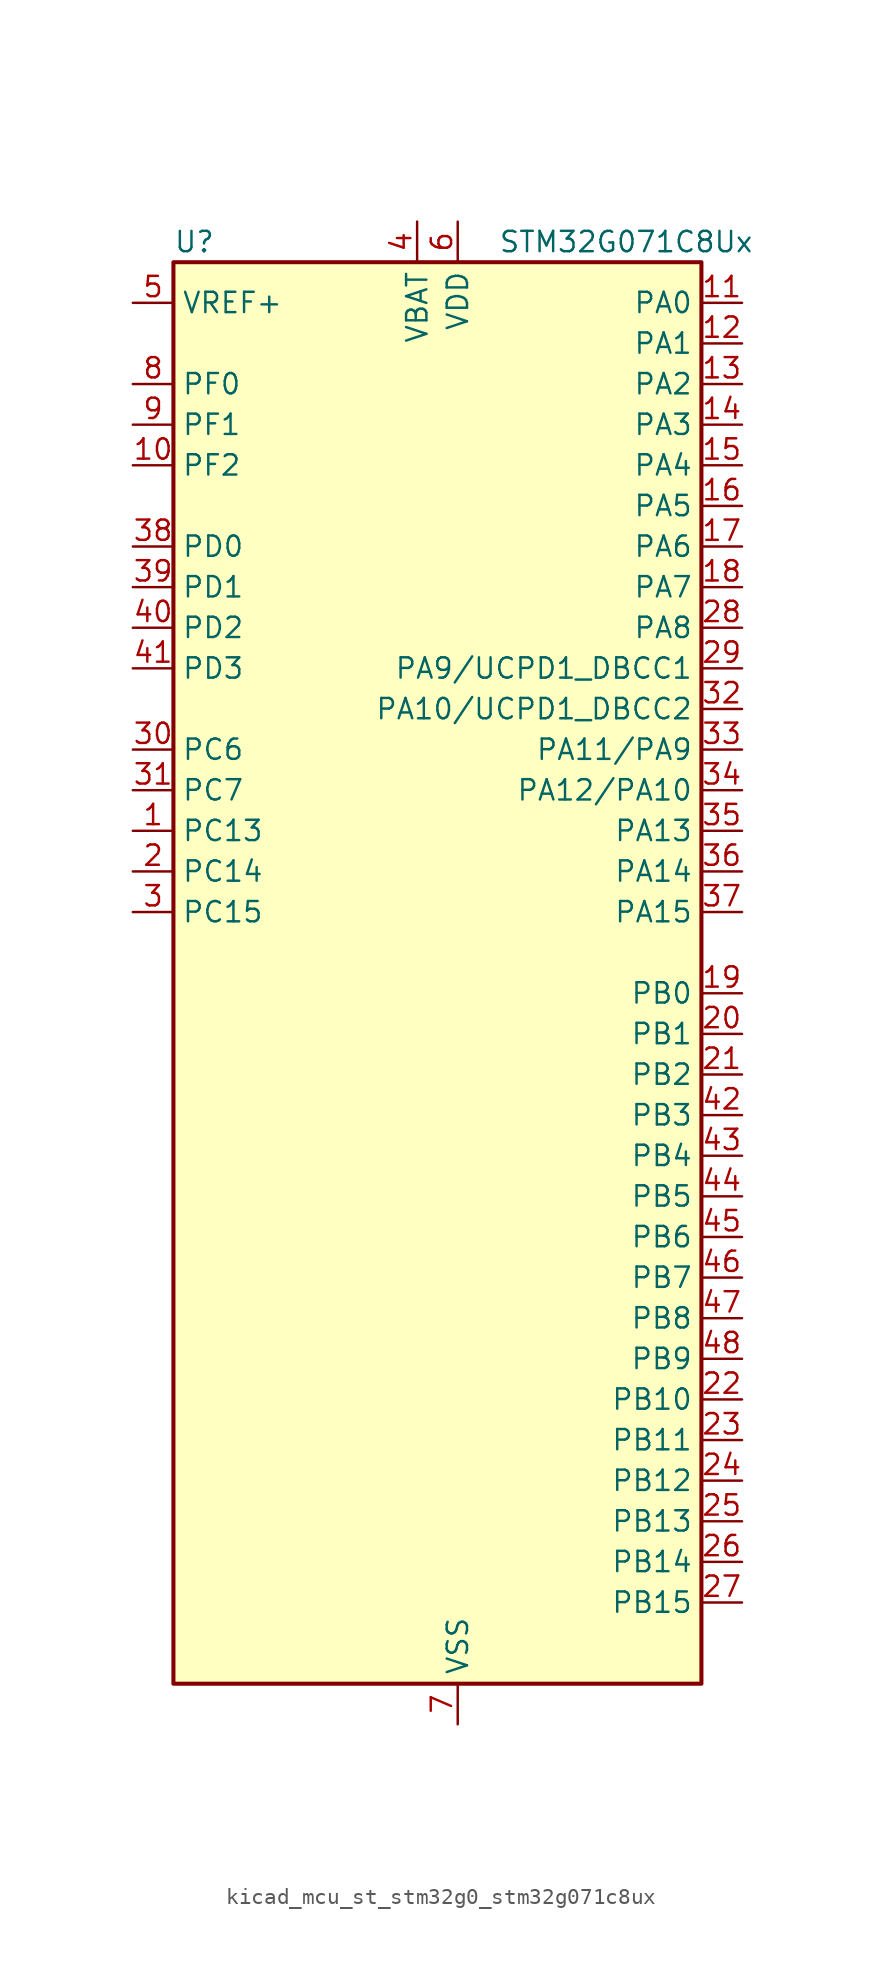
<source format=kicad_sym>
(kicad_symbol_lib
  (version 20220914)
  (generator kicad_symbol_editor)
  (symbol "kicad_mcu_st_stm32g0_stm32g071c8ux"
    (property "Reference" "U"
      (at -15.24 46.99 0)
      (effects (font (size 1.27 1.27)) (justify left)))
    (property "Value" "STM32G071C8Ux"
      (at 5.08 46.99 0)
      (effects (font (size 1.27 1.27)) (justify left)))
    (property "ki_locked" ""
      (at 0 0 0)
      (effects (font (size 1.27 1.27))))
    (symbol "kicad_mcu_st_stm32g0_stm32g071c8ux_0_1"
      (rectangle (start -15.24 -43.18) (end 17.78 45.72) (stroke (width 0.254) (type default)) (fill (type background))))
    (symbol "kicad_mcu_st_stm32g0_stm32g071c8ux_1_1"
      (pin bidirectional line (at -17.78 10.16 0) (length 2.54) (name "PC13" (effects (font (size 1.27 1.27)))) (number "1" (effects (font (size 1.27 1.27)))) (alternate "RTC_OUT_ALARM" bidirectional line) (alternate "RTC_OUT_CALIB" bidirectional line) (alternate "RTC_TAMP_IN1" bidirectional line) (alternate "RTC_TS" bidirectional line) (alternate "SYS_WKUP2" bidirectional line) (alternate "TIM1_BK" bidirectional line))
      (pin bidirectional line (at -17.78 33.02 0) (length 2.54) (name "PF2" (effects (font (size 1.27 1.27)))) (number "10" (effects (font (size 1.27 1.27)))) (alternate "RCC_MCO" bidirectional line))
      (pin bidirectional line (at 20.32 43.18 180) (length 2.54) (name "PA0" (effects (font (size 1.27 1.27)))) (number "11" (effects (font (size 1.27 1.27)))) (alternate "ADC1_IN0" bidirectional line) (alternate "COMP1_INM" bidirectional line) (alternate "COMP1_OUT" bidirectional line) (alternate "LPTIM1_OUT" bidirectional line) (alternate "RTC_TAMP_IN2" bidirectional line) (alternate "SPI2_SCK" bidirectional line) (alternate "SYS_WKUP1" bidirectional line) (alternate "TIM2_CH1" bidirectional line) (alternate "TIM2_ETR" bidirectional line) (alternate "UCPD2_FRSTX1" bidirectional line) (alternate "UCPD2_FRSTX2" bidirectional line) (alternate "USART2_CTS" bidirectional line) (alternate "USART2_NSS" bidirectional line) (alternate "USART4_TX" bidirectional line))
      (pin bidirectional line (at 20.32 40.64 180) (length 2.54) (name "PA1" (effects (font (size 1.27 1.27)))) (number "12" (effects (font (size 1.27 1.27)))) (alternate "ADC1_IN1" bidirectional line) (alternate "COMP1_INP" bidirectional line) (alternate "I2C1_SMBA" bidirectional line) (alternate "I2S1_CK" bidirectional line) (alternate "SPI1_SCK" bidirectional line) (alternate "TIM15_CH1N" bidirectional line) (alternate "TIM2_CH2" bidirectional line) (alternate "USART2_CK" bidirectional line) (alternate "USART2_DE" bidirectional line) (alternate "USART2_RTS" bidirectional line) (alternate "USART4_RX" bidirectional line))
      (pin bidirectional line (at 20.32 38.1 180) (length 2.54) (name "PA2" (effects (font (size 1.27 1.27)))) (number "13" (effects (font (size 1.27 1.27)))) (alternate "ADC1_IN2" bidirectional line) (alternate "COMP2_INM" bidirectional line) (alternate "COMP2_OUT" bidirectional line) (alternate "I2S1_SD" bidirectional line) (alternate "LPUART1_TX" bidirectional line) (alternate "RCC_LSCO" bidirectional line) (alternate "SPI1_MOSI" bidirectional line) (alternate "SYS_WKUP4" bidirectional line) (alternate "TIM15_CH1" bidirectional line) (alternate "TIM2_CH3" bidirectional line) (alternate "UCPD1_FRSTX1" bidirectional line) (alternate "UCPD1_FRSTX2" bidirectional line) (alternate "USART2_TX" bidirectional line))
      (pin bidirectional line (at 20.32 35.56 180) (length 2.54) (name "PA3" (effects (font (size 1.27 1.27)))) (number "14" (effects (font (size 1.27 1.27)))) (alternate "ADC1_IN3" bidirectional line) (alternate "COMP2_INP" bidirectional line) (alternate "LPUART1_RX" bidirectional line) (alternate "SPI2_MISO" bidirectional line) (alternate "TIM15_CH2" bidirectional line) (alternate "TIM2_CH4" bidirectional line) (alternate "UCPD2_FRSTX1" bidirectional line) (alternate "UCPD2_FRSTX2" bidirectional line) (alternate "USART2_RX" bidirectional line))
      (pin bidirectional line (at 20.32 33.02 180) (length 2.54) (name "PA4" (effects (font (size 1.27 1.27)))) (number "15" (effects (font (size 1.27 1.27)))) (alternate "ADC1_IN4" bidirectional line) (alternate "DAC1_OUT1" bidirectional line) (alternate "I2S1_WS" bidirectional line) (alternate "LPTIM2_OUT" bidirectional line) (alternate "RTC_OUT_ALARM" bidirectional line) (alternate "RTC_OUT_CALIB" bidirectional line) (alternate "SPI1_NSS" bidirectional line) (alternate "SPI2_MOSI" bidirectional line) (alternate "TIM14_CH1" bidirectional line) (alternate "UCPD2_FRSTX1" bidirectional line) (alternate "UCPD2_FRSTX2" bidirectional line))
      (pin bidirectional line (at 20.32 30.48 180) (length 2.54) (name "PA5" (effects (font (size 1.27 1.27)))) (number "16" (effects (font (size 1.27 1.27)))) (alternate "ADC1_IN5" bidirectional line) (alternate "CEC" bidirectional line) (alternate "DAC1_OUT2" bidirectional line) (alternate "I2S1_CK" bidirectional line) (alternate "LPTIM2_ETR" bidirectional line) (alternate "SPI1_SCK" bidirectional line) (alternate "TIM2_CH1" bidirectional line) (alternate "TIM2_ETR" bidirectional line) (alternate "UCPD1_FRSTX1" bidirectional line) (alternate "UCPD1_FRSTX2" bidirectional line) (alternate "USART3_TX" bidirectional line))
      (pin bidirectional line (at 20.32 27.94 180) (length 2.54) (name "PA6" (effects (font (size 1.27 1.27)))) (number "17" (effects (font (size 1.27 1.27)))) (alternate "ADC1_IN6" bidirectional line) (alternate "COMP1_OUT" bidirectional line) (alternate "I2S1_MCK" bidirectional line) (alternate "LPUART1_CTS" bidirectional line) (alternate "SPI1_MISO" bidirectional line) (alternate "TIM16_CH1" bidirectional line) (alternate "TIM1_BK" bidirectional line) (alternate "TIM3_CH1" bidirectional line) (alternate "USART3_CTS" bidirectional line) (alternate "USART3_NSS" bidirectional line))
      (pin bidirectional line (at 20.32 25.4 180) (length 2.54) (name "PA7" (effects (font (size 1.27 1.27)))) (number "18" (effects (font (size 1.27 1.27)))) (alternate "ADC1_IN7" bidirectional line) (alternate "COMP2_OUT" bidirectional line) (alternate "I2S1_SD" bidirectional line) (alternate "SPI1_MOSI" bidirectional line) (alternate "TIM14_CH1" bidirectional line) (alternate "TIM17_CH1" bidirectional line) (alternate "TIM1_CH1N" bidirectional line) (alternate "TIM3_CH2" bidirectional line) (alternate "UCPD1_FRSTX1" bidirectional line) (alternate "UCPD1_FRSTX2" bidirectional line))
      (pin bidirectional line (at 20.32 0 180) (length 2.54) (name "PB0" (effects (font (size 1.27 1.27)))) (number "19" (effects (font (size 1.27 1.27)))) (alternate "ADC1_IN8" bidirectional line) (alternate "COMP1_OUT" bidirectional line) (alternate "I2S1_WS" bidirectional line) (alternate "LPTIM1_OUT" bidirectional line) (alternate "SPI1_NSS" bidirectional line) (alternate "TIM1_CH2N" bidirectional line) (alternate "TIM3_CH3" bidirectional line) (alternate "UCPD1_FRSTX1" bidirectional line) (alternate "UCPD1_FRSTX2" bidirectional line) (alternate "USART3_RX" bidirectional line))
      (pin bidirectional line (at -17.78 7.62 0) (length 2.54) (name "PC14" (effects (font (size 1.27 1.27)))) (number "2" (effects (font (size 1.27 1.27)))) (alternate "RCC_OSC32_IN" bidirectional line) (alternate "TIM1_BK2" bidirectional line))
      (pin bidirectional line (at 20.32 -2.54 180) (length 2.54) (name "PB1" (effects (font (size 1.27 1.27)))) (number "20" (effects (font (size 1.27 1.27)))) (alternate "ADC1_IN9" bidirectional line) (alternate "COMP1_INM" bidirectional line) (alternate "LPTIM2_IN1" bidirectional line) (alternate "LPUART1_DE" bidirectional line) (alternate "LPUART1_RTS" bidirectional line) (alternate "TIM14_CH1" bidirectional line) (alternate "TIM1_CH3N" bidirectional line) (alternate "TIM3_CH4" bidirectional line) (alternate "USART3_CK" bidirectional line) (alternate "USART3_DE" bidirectional line) (alternate "USART3_RTS" bidirectional line))
      (pin bidirectional line (at 20.32 -5.08 180) (length 2.54) (name "PB2" (effects (font (size 1.27 1.27)))) (number "21" (effects (font (size 1.27 1.27)))) (alternate "ADC1_IN10" bidirectional line) (alternate "COMP1_INP" bidirectional line) (alternate "LPTIM1_OUT" bidirectional line) (alternate "SPI2_MISO" bidirectional line) (alternate "USART3_TX" bidirectional line))
      (pin bidirectional line (at 20.32 -25.4 180) (length 2.54) (name "PB10" (effects (font (size 1.27 1.27)))) (number "22" (effects (font (size 1.27 1.27)))) (alternate "ADC1_IN11" bidirectional line) (alternate "CEC" bidirectional line) (alternate "COMP1_OUT" bidirectional line) (alternate "I2C2_SCL" bidirectional line) (alternate "LPUART1_RX" bidirectional line) (alternate "SPI2_SCK" bidirectional line) (alternate "TIM2_CH3" bidirectional line) (alternate "USART3_TX" bidirectional line))
      (pin bidirectional line (at 20.32 -27.94 180) (length 2.54) (name "PB11" (effects (font (size 1.27 1.27)))) (number "23" (effects (font (size 1.27 1.27)))) (alternate "ADC1_EXTI11" bidirectional line) (alternate "ADC1_IN15" bidirectional line) (alternate "COMP2_OUT" bidirectional line) (alternate "I2C2_SDA" bidirectional line) (alternate "LPUART1_TX" bidirectional line) (alternate "SPI2_MOSI" bidirectional line) (alternate "TIM2_CH4" bidirectional line) (alternate "USART3_RX" bidirectional line))
      (pin bidirectional line (at 20.32 -30.48 180) (length 2.54) (name "PB12" (effects (font (size 1.27 1.27)))) (number "24" (effects (font (size 1.27 1.27)))) (alternate "ADC1_IN16" bidirectional line) (alternate "LPUART1_DE" bidirectional line) (alternate "LPUART1_RTS" bidirectional line) (alternate "SPI2_NSS" bidirectional line) (alternate "TIM15_BK" bidirectional line) (alternate "TIM1_BK" bidirectional line) (alternate "UCPD2_FRSTX1" bidirectional line) (alternate "UCPD2_FRSTX2" bidirectional line))
      (pin bidirectional line (at 20.32 -33.02 180) (length 2.54) (name "PB13" (effects (font (size 1.27 1.27)))) (number "25" (effects (font (size 1.27 1.27)))) (alternate "I2C2_SCL" bidirectional line) (alternate "LPUART1_CTS" bidirectional line) (alternate "SPI2_SCK" bidirectional line) (alternate "TIM15_CH1N" bidirectional line) (alternate "TIM1_CH1N" bidirectional line) (alternate "USART3_CTS" bidirectional line) (alternate "USART3_NSS" bidirectional line))
      (pin bidirectional line (at 20.32 -35.56 180) (length 2.54) (name "PB14" (effects (font (size 1.27 1.27)))) (number "26" (effects (font (size 1.27 1.27)))) (alternate "I2C2_SDA" bidirectional line) (alternate "SPI2_MISO" bidirectional line) (alternate "TIM15_CH1" bidirectional line) (alternate "TIM1_CH2N" bidirectional line) (alternate "UCPD1_FRSTX1" bidirectional line) (alternate "UCPD1_FRSTX2" bidirectional line) (alternate "USART3_CK" bidirectional line) (alternate "USART3_DE" bidirectional line) (alternate "USART3_RTS" bidirectional line))
      (pin bidirectional line (at 20.32 -38.1 180) (length 2.54) (name "PB15" (effects (font (size 1.27 1.27)))) (number "27" (effects (font (size 1.27 1.27)))) (alternate "RTC_REFIN" bidirectional line) (alternate "SPI2_MOSI" bidirectional line) (alternate "TIM15_CH1N" bidirectional line) (alternate "TIM15_CH2" bidirectional line) (alternate "TIM1_CH3N" bidirectional line) (alternate "UCPD1_CC2" bidirectional line))
      (pin bidirectional line (at 20.32 22.86 180) (length 2.54) (name "PA8" (effects (font (size 1.27 1.27)))) (number "28" (effects (font (size 1.27 1.27)))) (alternate "LPTIM2_OUT" bidirectional line) (alternate "RCC_MCO" bidirectional line) (alternate "SPI2_NSS" bidirectional line) (alternate "TIM1_CH1" bidirectional line) (alternate "UCPD1_CC1" bidirectional line))
      (pin bidirectional line (at 20.32 20.32 180) (length 2.54) (name "PA9/UCPD1_DBCC1" (effects (font (size 1.27 1.27)))) (number "29" (effects (font (size 1.27 1.27)))) (alternate "DAC1_EXTI9" bidirectional line) (alternate "I2C1_SCL" bidirectional line) (alternate "RCC_MCO" bidirectional line) (alternate "SPI2_MISO" bidirectional line) (alternate "TIM15_BK" bidirectional line) (alternate "TIM1_CH2" bidirectional line) (alternate "UCPD1_DBCC1" bidirectional line) (alternate "USART1_TX" bidirectional line))
      (pin bidirectional line (at -17.78 5.08 0) (length 2.54) (name "PC15" (effects (font (size 1.27 1.27)))) (number "3" (effects (font (size 1.27 1.27)))) (alternate "RCC_OSC32_EN" bidirectional line) (alternate "RCC_OSC32_OUT" bidirectional line) (alternate "RCC_OSC_EN" bidirectional line) (alternate "TIM15_BK" bidirectional line))
      (pin bidirectional line (at -17.78 15.24 0) (length 2.54) (name "PC6" (effects (font (size 1.27 1.27)))) (number "30" (effects (font (size 1.27 1.27)))) (alternate "TIM2_CH3" bidirectional line) (alternate "TIM3_CH1" bidirectional line) (alternate "UCPD1_FRSTX1" bidirectional line) (alternate "UCPD1_FRSTX2" bidirectional line))
      (pin bidirectional line (at -17.78 12.7 0) (length 2.54) (name "PC7" (effects (font (size 1.27 1.27)))) (number "31" (effects (font (size 1.27 1.27)))) (alternate "TIM2_CH4" bidirectional line) (alternate "TIM3_CH2" bidirectional line) (alternate "UCPD2_FRSTX1" bidirectional line) (alternate "UCPD2_FRSTX2" bidirectional line))
      (pin bidirectional line (at 20.32 17.78 180) (length 2.54) (name "PA10/UCPD1_DBCC2" (effects (font (size 1.27 1.27)))) (number "32" (effects (font (size 1.27 1.27)))) (alternate "I2C1_SDA" bidirectional line) (alternate "SPI2_MOSI" bidirectional line) (alternate "TIM17_BK" bidirectional line) (alternate "TIM1_CH3" bidirectional line) (alternate "UCPD1_DBCC2" bidirectional line) (alternate "USART1_RX" bidirectional line))
      (pin bidirectional line (at 20.32 15.24 180) (length 2.54) (name "PA11/PA9" (effects (font (size 1.27 1.27)))) (number "33" (effects (font (size 1.27 1.27)))) (alternate "ADC1_EXTI11" bidirectional line) (alternate "COMP1_OUT" bidirectional line) (alternate "I2C2_SCL" bidirectional line) (alternate "I2S1_MCK" bidirectional line) (alternate "SPI1_MISO" bidirectional line) (alternate "TIM1_BK2" bidirectional line) (alternate "TIM1_CH4" bidirectional line) (alternate "USART1_CTS" bidirectional line) (alternate "USART1_NSS" bidirectional line))
      (pin bidirectional line (at 20.32 12.7 180) (length 2.54) (name "PA12/PA10" (effects (font (size 1.27 1.27)))) (number "34" (effects (font (size 1.27 1.27)))) (alternate "COMP2_OUT" bidirectional line) (alternate "I2C2_SDA" bidirectional line) (alternate "I2S1_SD" bidirectional line) (alternate "I2S_CKIN" bidirectional line) (alternate "SPI1_MOSI" bidirectional line) (alternate "TIM1_ETR" bidirectional line) (alternate "USART1_CK" bidirectional line) (alternate "USART1_DE" bidirectional line) (alternate "USART1_RTS" bidirectional line))
      (pin bidirectional line (at 20.32 10.16 180) (length 2.54) (name "PA13" (effects (font (size 1.27 1.27)))) (number "35" (effects (font (size 1.27 1.27)))) (alternate "IR_OUT" bidirectional line) (alternate "SYS_SWDIO" bidirectional line))
      (pin bidirectional line (at 20.32 7.62 180) (length 2.54) (name "PA14" (effects (font (size 1.27 1.27)))) (number "36" (effects (font (size 1.27 1.27)))) (alternate "SYS_SWCLK" bidirectional line) (alternate "USART2_TX" bidirectional line))
      (pin bidirectional line (at 20.32 5.08 180) (length 2.54) (name "PA15" (effects (font (size 1.27 1.27)))) (number "37" (effects (font (size 1.27 1.27)))) (alternate "I2S1_WS" bidirectional line) (alternate "SPI1_NSS" bidirectional line) (alternate "TIM2_CH1" bidirectional line) (alternate "TIM2_ETR" bidirectional line) (alternate "USART2_RX" bidirectional line) (alternate "USART3_CK" bidirectional line) (alternate "USART3_DE" bidirectional line) (alternate "USART3_RTS" bidirectional line) (alternate "USART4_CK" bidirectional line) (alternate "USART4_DE" bidirectional line) (alternate "USART4_RTS" bidirectional line))
      (pin bidirectional line (at -17.78 27.94 0) (length 2.54) (name "PD0" (effects (font (size 1.27 1.27)))) (number "38" (effects (font (size 1.27 1.27)))) (alternate "SPI2_NSS" bidirectional line) (alternate "TIM16_CH1" bidirectional line) (alternate "UCPD2_CC1" bidirectional line))
      (pin bidirectional line (at -17.78 25.4 0) (length 2.54) (name "PD1" (effects (font (size 1.27 1.27)))) (number "39" (effects (font (size 1.27 1.27)))) (alternate "SPI2_SCK" bidirectional line) (alternate "TIM17_CH1" bidirectional line) (alternate "UCPD2_DBCC1" bidirectional line))
      (pin power_in line (at 0 48.26 270) (length 2.54) (name "VBAT" (effects (font (size 1.27 1.27)))) (number "4" (effects (font (size 1.27 1.27)))))
      (pin bidirectional line (at -17.78 22.86 0) (length 2.54) (name "PD2" (effects (font (size 1.27 1.27)))) (number "40" (effects (font (size 1.27 1.27)))) (alternate "TIM1_CH1N" bidirectional line) (alternate "TIM3_ETR" bidirectional line) (alternate "UCPD2_CC2" bidirectional line) (alternate "USART3_CK" bidirectional line) (alternate "USART3_DE" bidirectional line) (alternate "USART3_RTS" bidirectional line))
      (pin bidirectional line (at -17.78 20.32 0) (length 2.54) (name "PD3" (effects (font (size 1.27 1.27)))) (number "41" (effects (font (size 1.27 1.27)))) (alternate "SPI2_MISO" bidirectional line) (alternate "TIM1_CH2N" bidirectional line) (alternate "UCPD2_DBCC2" bidirectional line) (alternate "USART2_CTS" bidirectional line) (alternate "USART2_NSS" bidirectional line))
      (pin bidirectional line (at 20.32 -7.62 180) (length 2.54) (name "PB3" (effects (font (size 1.27 1.27)))) (number "42" (effects (font (size 1.27 1.27)))) (alternate "COMP2_INM" bidirectional line) (alternate "I2S1_CK" bidirectional line) (alternate "SPI1_SCK" bidirectional line) (alternate "TIM1_CH2" bidirectional line) (alternate "TIM2_CH2" bidirectional line) (alternate "USART1_CK" bidirectional line) (alternate "USART1_DE" bidirectional line) (alternate "USART1_RTS" bidirectional line))
      (pin bidirectional line (at 20.32 -10.16 180) (length 2.54) (name "PB4" (effects (font (size 1.27 1.27)))) (number "43" (effects (font (size 1.27 1.27)))) (alternate "COMP2_INP" bidirectional line) (alternate "I2S1_MCK" bidirectional line) (alternate "SPI1_MISO" bidirectional line) (alternate "TIM17_BK" bidirectional line) (alternate "TIM3_CH1" bidirectional line) (alternate "USART1_CTS" bidirectional line) (alternate "USART1_NSS" bidirectional line))
      (pin bidirectional line (at 20.32 -12.7 180) (length 2.54) (name "PB5" (effects (font (size 1.27 1.27)))) (number "44" (effects (font (size 1.27 1.27)))) (alternate "COMP2_OUT" bidirectional line) (alternate "I2C1_SMBA" bidirectional line) (alternate "I2S1_SD" bidirectional line) (alternate "LPTIM1_IN1" bidirectional line) (alternate "SPI1_MOSI" bidirectional line) (alternate "SYS_WKUP6" bidirectional line) (alternate "TIM16_BK" bidirectional line) (alternate "TIM3_CH2" bidirectional line))
      (pin bidirectional line (at 20.32 -15.24 180) (length 2.54) (name "PB6" (effects (font (size 1.27 1.27)))) (number "45" (effects (font (size 1.27 1.27)))) (alternate "COMP2_INP" bidirectional line) (alternate "I2C1_SCL" bidirectional line) (alternate "LPTIM1_ETR" bidirectional line) (alternate "SPI2_MISO" bidirectional line) (alternate "TIM16_CH1N" bidirectional line) (alternate "TIM1_CH3" bidirectional line) (alternate "USART1_TX" bidirectional line))
      (pin bidirectional line (at 20.32 -17.78 180) (length 2.54) (name "PB7" (effects (font (size 1.27 1.27)))) (number "46" (effects (font (size 1.27 1.27)))) (alternate "COMP2_INM" bidirectional line) (alternate "I2C1_SDA" bidirectional line) (alternate "LPTIM1_IN2" bidirectional line) (alternate "SPI2_MOSI" bidirectional line) (alternate "SYS_PVD_IN" bidirectional line) (alternate "TIM17_CH1N" bidirectional line) (alternate "USART1_RX" bidirectional line) (alternate "USART4_CTS" bidirectional line) (alternate "USART4_NSS" bidirectional line))
      (pin bidirectional line (at 20.32 -20.32 180) (length 2.54) (name "PB8" (effects (font (size 1.27 1.27)))) (number "47" (effects (font (size 1.27 1.27)))) (alternate "CEC" bidirectional line) (alternate "I2C1_SCL" bidirectional line) (alternate "SPI2_SCK" bidirectional line) (alternate "TIM15_BK" bidirectional line) (alternate "TIM16_CH1" bidirectional line) (alternate "USART3_TX" bidirectional line))
      (pin bidirectional line (at 20.32 -22.86 180) (length 2.54) (name "PB9" (effects (font (size 1.27 1.27)))) (number "48" (effects (font (size 1.27 1.27)))) (alternate "DAC1_EXTI9" bidirectional line) (alternate "I2C1_SDA" bidirectional line) (alternate "IR_OUT" bidirectional line) (alternate "SPI2_NSS" bidirectional line) (alternate "TIM17_CH1" bidirectional line) (alternate "UCPD2_FRSTX1" bidirectional line) (alternate "UCPD2_FRSTX2" bidirectional line) (alternate "USART3_RX" bidirectional line))
      (pin passive line (at 2.54 -45.72 90) (length 2.54) hide (name "VSS" (effects (font (size 1.27 1.27)))) (number "49" (effects (font (size 1.27 1.27)))))
      (pin input line (at -17.78 43.18 0) (length 2.54) (name "VREF+" (effects (font (size 1.27 1.27)))) (number "5" (effects (font (size 1.27 1.27)))) (alternate "VREFBUF_OUT" bidirectional line))
      (pin power_in line (at 2.54 48.26 270) (length 2.54) (name "VDD" (effects (font (size 1.27 1.27)))) (number "6" (effects (font (size 1.27 1.27)))))
      (pin power_in line (at 2.54 -45.72 90) (length 2.54) (name "VSS" (effects (font (size 1.27 1.27)))) (number "7" (effects (font (size 1.27 1.27)))))
      (pin bidirectional line (at -17.78 38.1 0) (length 2.54) (name "PF0" (effects (font (size 1.27 1.27)))) (number "8" (effects (font (size 1.27 1.27)))) (alternate "RCC_OSC_IN" bidirectional line) (alternate "TIM14_CH1" bidirectional line))
      (pin bidirectional line (at -17.78 35.56 0) (length 2.54) (name "PF1" (effects (font (size 1.27 1.27)))) (number "9" (effects (font (size 1.27 1.27)))) (alternate "RCC_OSC_EN" bidirectional line) (alternate "RCC_OSC_OUT" bidirectional line) (alternate "TIM15_CH1N" bidirectional line)))))
</source>
